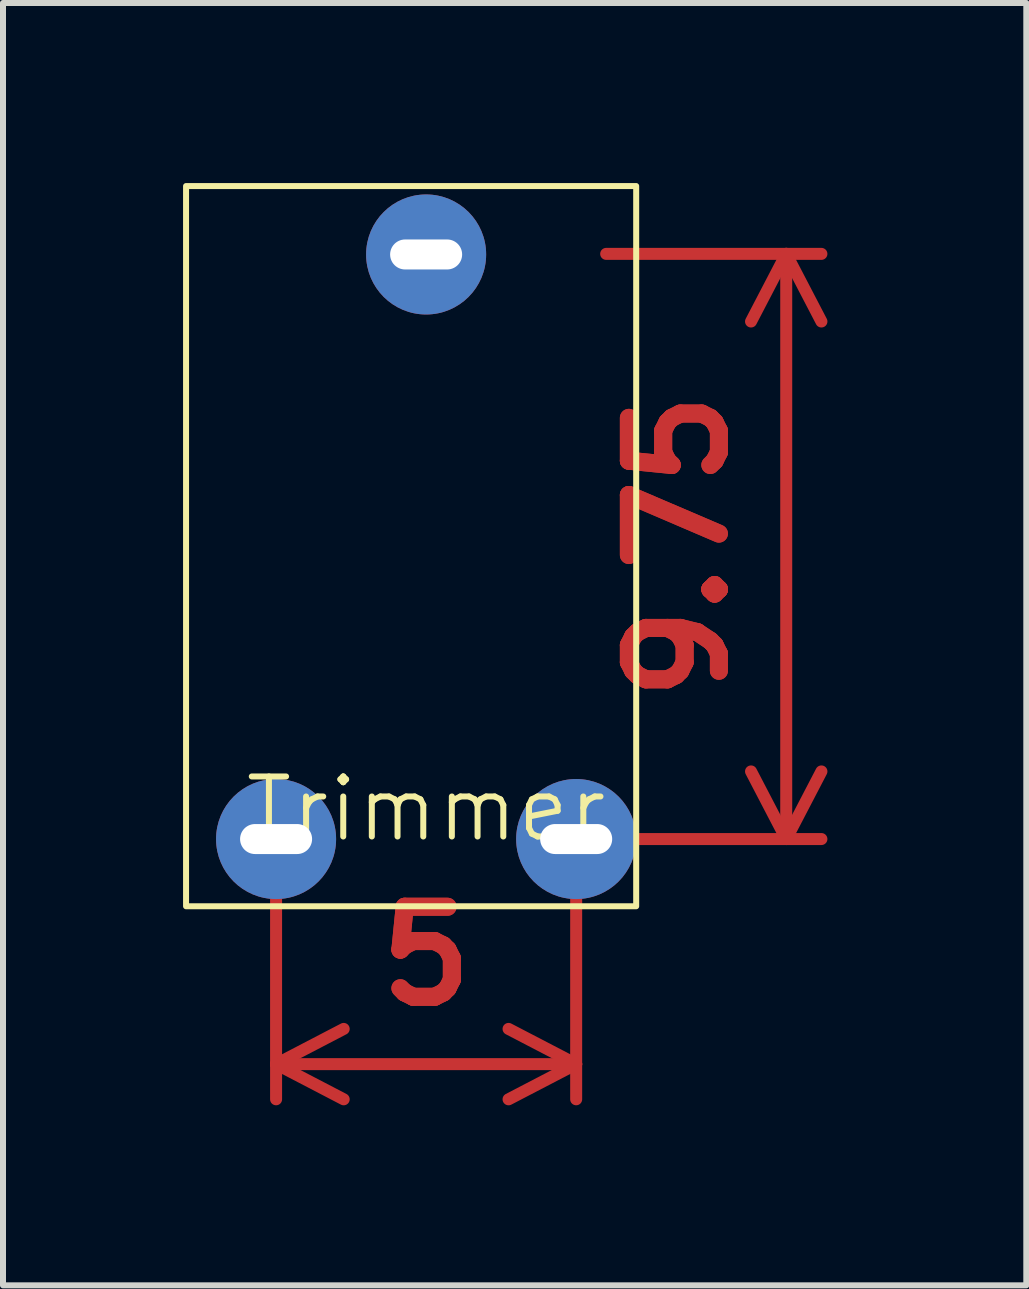
<source format=kicad_pcb>
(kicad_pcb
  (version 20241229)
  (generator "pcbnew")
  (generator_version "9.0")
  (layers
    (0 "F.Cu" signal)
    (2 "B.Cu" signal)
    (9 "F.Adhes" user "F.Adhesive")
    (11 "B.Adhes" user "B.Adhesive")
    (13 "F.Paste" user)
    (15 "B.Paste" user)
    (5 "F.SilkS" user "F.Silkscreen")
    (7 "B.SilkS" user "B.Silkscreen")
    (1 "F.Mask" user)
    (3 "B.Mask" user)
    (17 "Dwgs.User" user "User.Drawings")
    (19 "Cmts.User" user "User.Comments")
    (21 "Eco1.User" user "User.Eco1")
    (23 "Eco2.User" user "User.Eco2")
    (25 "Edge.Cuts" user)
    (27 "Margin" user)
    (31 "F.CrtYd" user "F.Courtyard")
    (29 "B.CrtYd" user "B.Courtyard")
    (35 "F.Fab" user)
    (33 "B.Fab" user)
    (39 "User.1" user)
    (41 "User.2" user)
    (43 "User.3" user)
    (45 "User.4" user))
  (footprint "Trimmer"
    (layer "F.Cu")
    (at 4.05 10.93)
    (property "Reference" "Trimmer" (at 0 -0.5 0) (unlocked yes) (layer "F.SilkS") (effects (font (size 1 1) (thickness 0.1))))
    (attr smd)
    (fp_rect (start -4 -10.88) (end 3.5 1.12) (stroke (width 0.1) (type solid)) (fill no) (layer "F.SilkS"))
    (dimension (type orthogonal) (layer "F.Cu") (pts (xy 6.55 10.93) (xy 6.55 1.18)) (height 3.5) (orientation 1) (format (prefix "") (suffix "") (units 3) (units_format 0) (precision 4) (suppress_zeroes yes)) (style (thickness 0.2) (arrow_length 1.27) (text_position_mode 0) (arrow_direction outward) (extension_height 0.586) (extension_offset 0.5) (keep_text_aligned yes)) (gr_text "9.75" (at 8.25 6.055 90) (layer "F.Cu") (effects (font (size 1.5 1.5) (thickness 0.3)))))
    (dimension (type orthogonal) (layer "F.Cu") (pts (xy 1.55 10.93) (xy 6.55 10.93)) (height 3.75) (orientation 0) (format (prefix "") (suffix "") (units 3) (units_format 0) (precision 4) (suppress_zeroes yes)) (style (thickness 0.2) (arrow_length 1.27) (text_position_mode 0) (arrow_direction outward) (extension_height 0.586) (extension_offset 0.5) (keep_text_aligned yes)) (gr_text "5" (at 4.05 12.88 0) (layer "F.Cu") (effects (font (size 1.5 1.5) (thickness 0.3)))))
    (pad "1" thru_hole circle (at 2.5 0) (size 2 2) (drill oval 1.2 0.5) (layers "*.Cu" "*.Mask"))
    (pad "2" thru_hole circle (at 0 -9.74) (size 2 2) (drill oval 1.2 0.5) (layers "*.Cu" "*.Mask"))
    (pad "3" thru_hole circle (at -2.5 0) (size 2 2) (drill oval 1.2 0.5) (layers "*.Cu" "*.Mask")))
  (gr_rect
    (start -3 -3)
    (end 14.05 18.366)
    (stroke (width 0.1) (type default))
    (fill no)
    (layer "Edge.Cuts")))
</source>
